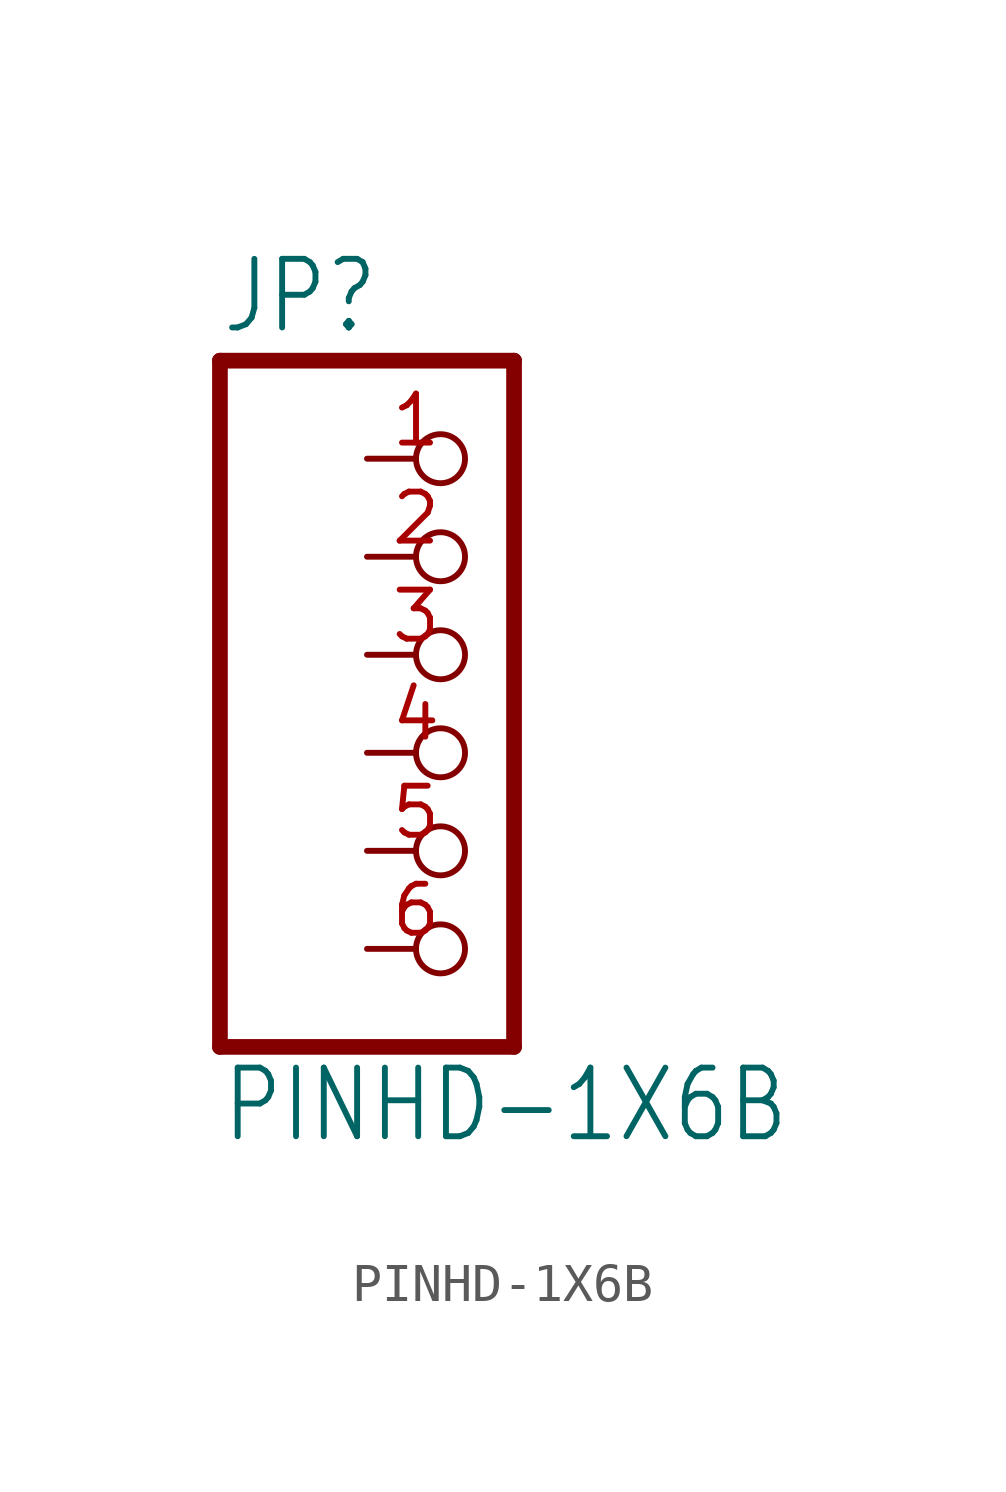
<source format=kicad_sym>
(kicad_symbol_lib
  (version 20211014)
  (generator kicad_symbol_editor)
  (symbol "PINHD-1X6B"
    (property "Reference" "JP"
      (at -6.35 10.795 0)
      (effects (font (size 1.778 1.511)) (justify left bottom)))
    (property "Value" "PINHD-1X6B"
      (at -6.35 -10.16 0)
      (effects (font (size 1.778 1.511)) (justify left bottom)))
    (property "ki_locked" ""
      (at 0 0 0)
      (effects (font (size 1.27 1.27))))
    (symbol "PINHD-1X6B_1_0"
      (polyline (pts (xy -6.35 -7.62) (xy 1.27 -7.62)) (stroke (width 0.406) (type default) (color 0 0 0 0)) (fill (type none)))
      (polyline (pts (xy -6.35 10.16) (xy -6.35 -7.62)) (stroke (width 0.406) (type default) (color 0 0 0 0)) (fill (type none)))
      (polyline (pts (xy 1.27 -7.62) (xy 1.27 10.16)) (stroke (width 0.406) (type default) (color 0 0 0 0)) (fill (type none)))
      (polyline (pts (xy 1.27 10.16) (xy -6.35 10.16)) (stroke (width 0.406) (type default) (color 0 0 0 0)) (fill (type none)))
      (pin passive inverted (at -2.54 7.62 0) (length 2.54) (name "1" (effects (font (size 0 0)))) (number "1" (effects (font (size 1.27 1.27)))))
      (pin passive inverted (at -2.54 5.08 0) (length 2.54) (name "2" (effects (font (size 0 0)))) (number "2" (effects (font (size 1.27 1.27)))))
      (pin passive inverted (at -2.54 2.54 0) (length 2.54) (name "3" (effects (font (size 0 0)))) (number "3" (effects (font (size 1.27 1.27)))))
      (pin passive inverted (at -2.54 0 0) (length 2.54) (name "4" (effects (font (size 0 0)))) (number "4" (effects (font (size 1.27 1.27)))))
      (pin passive inverted (at -2.54 -2.54 0) (length 2.54) (name "5" (effects (font (size 0 0)))) (number "5" (effects (font (size 1.27 1.27)))))
      (pin passive inverted (at -2.54 -5.08 0) (length 2.54) (name "6" (effects (font (size 0 0)))) (number "6" (effects (font (size 1.27 1.27))))))))
</source>
